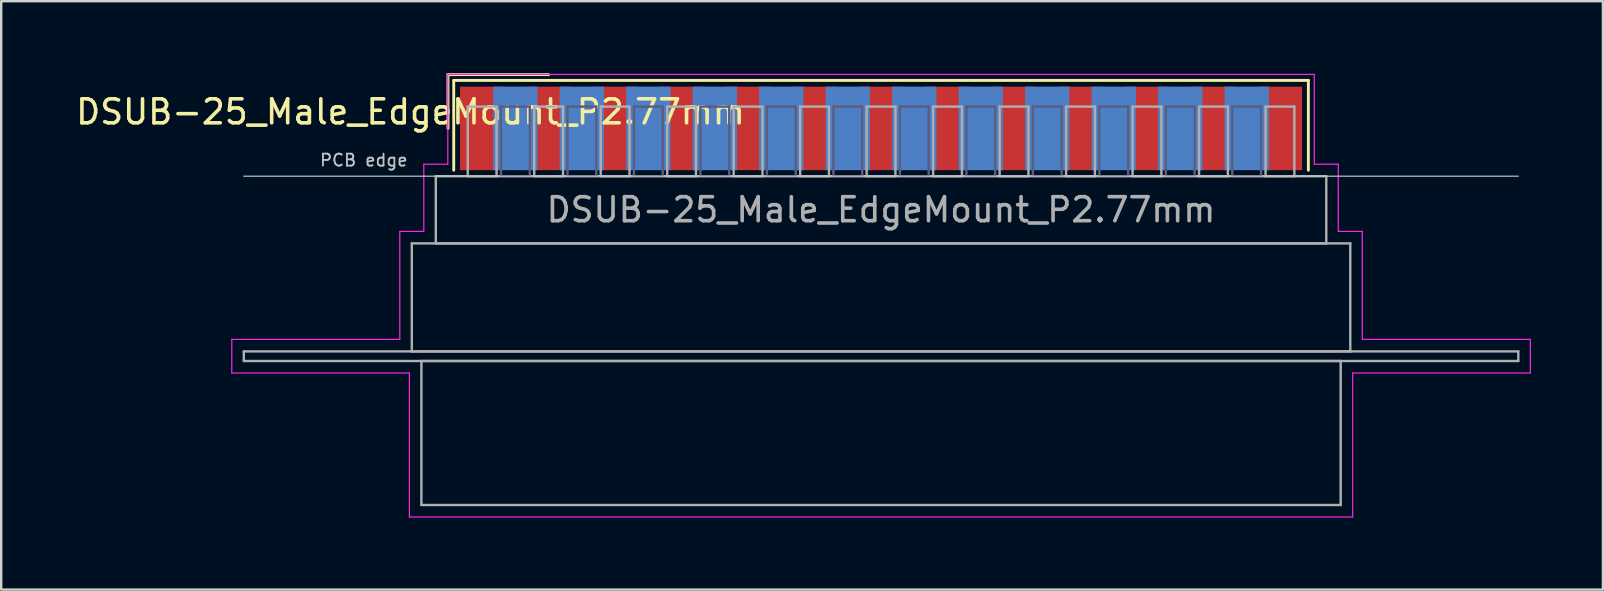
<source format=kicad_pcb>
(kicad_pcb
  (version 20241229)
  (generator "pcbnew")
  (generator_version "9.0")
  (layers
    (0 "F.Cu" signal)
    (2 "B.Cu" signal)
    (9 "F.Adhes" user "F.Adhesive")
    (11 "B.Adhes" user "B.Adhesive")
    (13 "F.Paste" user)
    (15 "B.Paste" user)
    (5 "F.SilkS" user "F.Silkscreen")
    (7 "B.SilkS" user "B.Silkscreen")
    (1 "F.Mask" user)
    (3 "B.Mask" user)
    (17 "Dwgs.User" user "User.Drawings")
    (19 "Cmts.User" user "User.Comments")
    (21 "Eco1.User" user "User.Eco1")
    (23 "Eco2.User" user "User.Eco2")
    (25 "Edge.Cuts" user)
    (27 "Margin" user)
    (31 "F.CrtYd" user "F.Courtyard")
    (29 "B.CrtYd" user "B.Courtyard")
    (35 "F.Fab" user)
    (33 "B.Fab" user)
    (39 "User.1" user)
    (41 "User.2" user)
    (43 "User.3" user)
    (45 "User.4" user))
  (footprint "DSUB-25_Male_EdgeMount_P2.77mm"
    (layer "F.Cu")
    (at 33.657 2.3)
    (property "Reference" "DSUB-25_Male_EdgeMount_P2.77mm" (at -19.603 -0.688 180) (layer "F.SilkS") (effects (font (size 1 1) (thickness 0.15))))
    (attr smd)
    (fp_line (start -18.043 -2.24) (end -13.85 -2.24) (stroke (width 0.12) (type solid)) (layer "F.SilkS"))
    (fp_line (start -18.043 0) (end -18.043 -2.24) (stroke (width 0.12) (type solid)) (layer "F.SilkS"))
    (fp_line (start -17.803 -2) (end -17.803 1.74) (stroke (width 0.12) (type solid)) (layer "F.SilkS"))
    (fp_line (start 17.803 -2) (end -17.803 -2) (stroke (width 0.12) (type solid)) (layer "F.SilkS"))
    (fp_line (start 17.803 1.74) (end 17.803 -2) (stroke (width 0.12) (type solid)) (layer "F.SilkS"))
    (fp_line (start -26.55 1.99) (end 26.55 1.99) (stroke (width 0.05) (type solid)) (layer "Dwgs.User"))
    (fp_line (start -27.05 8.79) (end -20.05 8.79) (stroke (width 0.05) (type solid)) (layer "F.CrtYd"))
    (fp_line (start -27.05 10.19) (end -27.05 8.79) (stroke (width 0.05) (type solid)) (layer "F.CrtYd"))
    (fp_line (start -20.05 4.29) (end -19.05 4.29) (stroke (width 0.05) (type solid)) (layer "F.CrtYd"))
    (fp_line (start -20.05 8.79) (end -20.05 4.29) (stroke (width 0.05) (type solid)) (layer "F.CrtYd"))
    (fp_line (start -19.65 10.19) (end -27.05 10.19) (stroke (width 0.05) (type solid)) (layer "F.CrtYd"))
    (fp_line (start -19.65 16.19) (end -19.65 10.19) (stroke (width 0.05) (type solid)) (layer "F.CrtYd"))
    (fp_line (start -19.05 1.49) (end -18.05 1.49) (stroke (width 0.05) (type solid)) (layer "F.CrtYd"))
    (fp_line (start -19.05 4.29) (end -19.05 1.49) (stroke (width 0.05) (type solid)) (layer "F.CrtYd"))
    (fp_line (start -18.05 -2.25) (end 18.05 -2.25) (stroke (width 0.05) (type solid)) (layer "F.CrtYd"))
    (fp_line (start -18.05 1.49) (end -18.05 -2.25) (stroke (width 0.05) (type solid)) (layer "F.CrtYd"))
    (fp_line (start 18.05 -2.25) (end 18.05 1.49) (stroke (width 0.05) (type solid)) (layer "F.CrtYd"))
    (fp_line (start 18.05 1.49) (end 19.05 1.49) (stroke (width 0.05) (type solid)) (layer "F.CrtYd"))
    (fp_line (start 19.05 1.49) (end 19.05 4.29) (stroke (width 0.05) (type solid)) (layer "F.CrtYd"))
    (fp_line (start 19.05 4.29) (end 20.05 4.29) (stroke (width 0.05) (type solid)) (layer "F.CrtYd"))
    (fp_line (start 19.65 10.19) (end 19.65 16.19) (stroke (width 0.05) (type solid)) (layer "F.CrtYd"))
    (fp_line (start 19.65 16.19) (end -19.65 16.19) (stroke (width 0.05) (type solid)) (layer "F.CrtYd"))
    (fp_line (start 20.05 4.29) (end 20.05 8.79) (stroke (width 0.05) (type solid)) (layer "F.CrtYd"))
    (fp_line (start 20.05 8.79) (end 27.05 8.79) (stroke (width 0.05) (type solid)) (layer "F.CrtYd"))
    (fp_line (start 27.05 8.79) (end 27.05 10.19) (stroke (width 0.05) (type solid)) (layer "F.CrtYd"))
    (fp_line (start 27.05 10.19) (end 19.65 10.19) (stroke (width 0.05) (type solid)) (layer "F.CrtYd"))
    (fp_line (start -15.835 -0.91) (end -15.835 1.99) (stroke (width 0.1) (type solid)) (layer "B.Fab"))
    (fp_line (start -15.835 1.99) (end -14.635 1.99) (stroke (width 0.1) (type solid)) (layer "B.Fab"))
    (fp_line (start -14.635 -0.91) (end -15.835 -0.91) (stroke (width 0.1) (type solid)) (layer "B.Fab"))
    (fp_line (start -14.635 1.99) (end -14.635 -0.91) (stroke (width 0.1) (type solid)) (layer "B.Fab"))
    (fp_line (start -13.065 -0.91) (end -13.065 1.99) (stroke (width 0.1) (type solid)) (layer "B.Fab"))
    (fp_line (start -13.065 1.99) (end -11.865 1.99) (stroke (width 0.1) (type solid)) (layer "B.Fab"))
    (fp_line (start -11.865 -0.91) (end -13.065 -0.91) (stroke (width 0.1) (type solid)) (layer "B.Fab"))
    (fp_line (start -11.865 1.99) (end -11.865 -0.91) (stroke (width 0.1) (type solid)) (layer "B.Fab"))
    (fp_line (start -10.295 -0.91) (end -10.295 1.99) (stroke (width 0.1) (type solid)) (layer "B.Fab"))
    (fp_line (start -10.295 1.99) (end -9.095 1.99) (stroke (width 0.1) (type solid)) (layer "B.Fab"))
    (fp_line (start -9.095 -0.91) (end -10.295 -0.91) (stroke (width 0.1) (type solid)) (layer "B.Fab"))
    (fp_line (start -9.095 1.99) (end -9.095 -0.91) (stroke (width 0.1) (type solid)) (layer "B.Fab"))
    (fp_line (start -7.525 -0.91) (end -7.525 1.99) (stroke (width 0.1) (type solid)) (layer "B.Fab"))
    (fp_line (start -7.525 1.99) (end -6.325 1.99) (stroke (width 0.1) (type solid)) (layer "B.Fab"))
    (fp_line (start -6.325 -0.91) (end -7.525 -0.91) (stroke (width 0.1) (type solid)) (layer "B.Fab"))
    (fp_line (start -6.325 1.99) (end -6.325 -0.91) (stroke (width 0.1) (type solid)) (layer "B.Fab"))
    (fp_line (start -4.755 -0.91) (end -4.755 1.99) (stroke (width 0.1) (type solid)) (layer "B.Fab"))
    (fp_line (start -4.755 1.99) (end -3.555 1.99) (stroke (width 0.1) (type solid)) (layer "B.Fab"))
    (fp_line (start -3.555 -0.91) (end -4.755 -0.91) (stroke (width 0.1) (type solid)) (layer "B.Fab"))
    (fp_line (start -3.555 1.99) (end -3.555 -0.91) (stroke (width 0.1) (type solid)) (layer "B.Fab"))
    (fp_line (start -1.985 -0.91) (end -1.985 1.99) (stroke (width 0.1) (type solid)) (layer "B.Fab"))
    (fp_line (start -1.985 1.99) (end -0.785 1.99) (stroke (width 0.1) (type solid)) (layer "B.Fab"))
    (fp_line (start -0.785 -0.91) (end -1.985 -0.91) (stroke (width 0.1) (type solid)) (layer "B.Fab"))
    (fp_line (start -0.785 1.99) (end -0.785 -0.91) (stroke (width 0.1) (type solid)) (layer "B.Fab"))
    (fp_line (start 0.785 -0.91) (end 0.785 1.99) (stroke (width 0.1) (type solid)) (layer "B.Fab"))
    (fp_line (start 0.785 1.99) (end 1.985 1.99) (stroke (width 0.1) (type solid)) (layer "B.Fab"))
    (fp_line (start 1.985 -0.91) (end 0.785 -0.91) (stroke (width 0.1) (type solid)) (layer "B.Fab"))
    (fp_line (start 1.985 1.99) (end 1.985 -0.91) (stroke (width 0.1) (type solid)) (layer "B.Fab"))
    (fp_line (start 3.555 -0.91) (end 3.555 1.99) (stroke (width 0.1) (type solid)) (layer "B.Fab"))
    (fp_line (start 3.555 1.99) (end 4.755 1.99) (stroke (width 0.1) (type solid)) (layer "B.Fab"))
    (fp_line (start 4.755 -0.91) (end 3.555 -0.91) (stroke (width 0.1) (type solid)) (layer "B.Fab"))
    (fp_line (start 4.755 1.99) (end 4.755 -0.91) (stroke (width 0.1) (type solid)) (layer "B.Fab"))
    (fp_line (start 6.325 -0.91) (end 6.325 1.99) (stroke (width 0.1) (type solid)) (layer "B.Fab"))
    (fp_line (start 6.325 1.99) (end 7.525 1.99) (stroke (width 0.1) (type solid)) (layer "B.Fab"))
    (fp_line (start 7.525 -0.91) (end 6.325 -0.91) (stroke (width 0.1) (type solid)) (layer "B.Fab"))
    (fp_line (start 7.525 1.99) (end 7.525 -0.91) (stroke (width 0.1) (type solid)) (layer "B.Fab"))
    (fp_line (start 9.095 -0.91) (end 9.095 1.99) (stroke (width 0.1) (type solid)) (layer "B.Fab"))
    (fp_line (start 9.095 1.99) (end 10.295 1.99) (stroke (width 0.1) (type solid)) (layer "B.Fab"))
    (fp_line (start 10.295 -0.91) (end 9.095 -0.91) (stroke (width 0.1) (type solid)) (layer "B.Fab"))
    (fp_line (start 10.295 1.99) (end 10.295 -0.91) (stroke (width 0.1) (type solid)) (layer "B.Fab"))
    (fp_line (start 11.865 -0.91) (end 11.865 1.99) (stroke (width 0.1) (type solid)) (layer "B.Fab"))
    (fp_line (start 11.865 1.99) (end 13.065 1.99) (stroke (width 0.1) (type solid)) (layer "B.Fab"))
    (fp_line (start 13.065 -0.91) (end 11.865 -0.91) (stroke (width 0.1) (type solid)) (layer "B.Fab"))
    (fp_line (start 13.065 1.99) (end 13.065 -0.91) (stroke (width 0.1) (type solid)) (layer "B.Fab"))
    (fp_line (start 14.635 -0.91) (end 14.635 1.99) (stroke (width 0.1) (type solid)) (layer "B.Fab"))
    (fp_line (start 14.635 1.99) (end 15.835 1.99) (stroke (width 0.1) (type solid)) (layer "B.Fab"))
    (fp_line (start 15.835 -0.91) (end 14.635 -0.91) (stroke (width 0.1) (type solid)) (layer "B.Fab"))
    (fp_line (start 15.835 1.99) (end 15.835 -0.91) (stroke (width 0.1) (type solid)) (layer "B.Fab"))
    (fp_line (start -26.55 9.29) (end -26.55 9.69) (stroke (width 0.1) (type solid)) (layer "F.Fab"))
    (fp_line (start -26.55 9.69) (end 26.55 9.69) (stroke (width 0.1) (type solid)) (layer "F.Fab"))
    (fp_line (start -19.55 4.79) (end -19.55 9.29) (stroke (width 0.1) (type solid)) (layer "F.Fab"))
    (fp_line (start -19.55 9.29) (end 19.55 9.29) (stroke (width 0.1) (type solid)) (layer "F.Fab"))
    (fp_line (start -19.15 9.69) (end -19.15 15.69) (stroke (width 0.1) (type solid)) (layer "F.Fab"))
    (fp_line (start -19.15 15.69) (end 19.15 15.69) (stroke (width 0.1) (type solid)) (layer "F.Fab"))
    (fp_line (start -18.55 1.99) (end -18.55 4.79) (stroke (width 0.1) (type solid)) (layer "F.Fab"))
    (fp_line (start -18.55 4.79) (end 18.55 4.79) (stroke (width 0.1) (type solid)) (layer "F.Fab"))
    (fp_line (start -17.22 -0.91) (end -17.22 1.99) (stroke (width 0.1) (type solid)) (layer "F.Fab"))
    (fp_line (start -17.22 1.99) (end -16.02 1.99) (stroke (width 0.1) (type solid)) (layer "F.Fab"))
    (fp_line (start -16.02 -0.91) (end -17.22 -0.91) (stroke (width 0.1) (type solid)) (layer "F.Fab"))
    (fp_line (start -16.02 1.99) (end -16.02 -0.91) (stroke (width 0.1) (type solid)) (layer "F.Fab"))
    (fp_line (start -14.45 -0.91) (end -14.45 1.99) (stroke (width 0.1) (type solid)) (layer "F.Fab"))
    (fp_line (start -14.45 1.99) (end -13.25 1.99) (stroke (width 0.1) (type solid)) (layer "F.Fab"))
    (fp_line (start -13.25 -0.91) (end -14.45 -0.91) (stroke (width 0.1) (type solid)) (layer "F.Fab"))
    (fp_line (start -13.25 1.99) (end -13.25 -0.91) (stroke (width 0.1) (type solid)) (layer "F.Fab"))
    (fp_line (start -11.68 -0.91) (end -11.68 1.99) (stroke (width 0.1) (type solid)) (layer "F.Fab"))
    (fp_line (start -11.68 1.99) (end -10.48 1.99) (stroke (width 0.1) (type solid)) (layer "F.Fab"))
    (fp_line (start -10.48 -0.91) (end -11.68 -0.91) (stroke (width 0.1) (type solid)) (layer "F.Fab"))
    (fp_line (start -10.48 1.99) (end -10.48 -0.91) (stroke (width 0.1) (type solid)) (layer "F.Fab"))
    (fp_line (start -8.91 -0.91) (end -8.91 1.99) (stroke (width 0.1) (type solid)) (layer "F.Fab"))
    (fp_line (start -8.91 1.99) (end -7.71 1.99) (stroke (width 0.1) (type solid)) (layer "F.Fab"))
    (fp_line (start -7.71 -0.91) (end -8.91 -0.91) (stroke (width 0.1) (type solid)) (layer "F.Fab"))
    (fp_line (start -7.71 1.99) (end -7.71 -0.91) (stroke (width 0.1) (type solid)) (layer "F.Fab"))
    (fp_line (start -6.14 -0.91) (end -6.14 1.99) (stroke (width 0.1) (type solid)) (layer "F.Fab"))
    (fp_line (start -6.14 1.99) (end -4.94 1.99) (stroke (width 0.1) (type solid)) (layer "F.Fab"))
    (fp_line (start -4.94 -0.91) (end -6.14 -0.91) (stroke (width 0.1) (type solid)) (layer "F.Fab"))
    (fp_line (start -4.94 1.99) (end -4.94 -0.91) (stroke (width 0.1) (type solid)) (layer "F.Fab"))
    (fp_line (start -3.37 -0.91) (end -3.37 1.99) (stroke (width 0.1) (type solid)) (layer "F.Fab"))
    (fp_line (start -3.37 1.99) (end -2.17 1.99) (stroke (width 0.1) (type solid)) (layer "F.Fab"))
    (fp_line (start -2.17 -0.91) (end -3.37 -0.91) (stroke (width 0.1) (type solid)) (layer "F.Fab"))
    (fp_line (start -2.17 1.99) (end -2.17 -0.91) (stroke (width 0.1) (type solid)) (layer "F.Fab"))
    (fp_line (start -0.6 -0.91) (end -0.6 1.99) (stroke (width 0.1) (type solid)) (layer "F.Fab"))
    (fp_line (start -0.6 1.99) (end 0.6 1.99) (stroke (width 0.1) (type solid)) (layer "F.Fab"))
    (fp_line (start 0.6 -0.91) (end -0.6 -0.91) (stroke (width 0.1) (type solid)) (layer "F.Fab"))
    (fp_line (start 0.6 1.99) (end 0.6 -0.91) (stroke (width 0.1) (type solid)) (layer "F.Fab"))
    (fp_line (start 2.17 -0.91) (end 2.17 1.99) (stroke (width 0.1) (type solid)) (layer "F.Fab"))
    (fp_line (start 2.17 1.99) (end 3.37 1.99) (stroke (width 0.1) (type solid)) (layer "F.Fab"))
    (fp_line (start 3.37 -0.91) (end 2.17 -0.91) (stroke (width 0.1) (type solid)) (layer "F.Fab"))
    (fp_line (start 3.37 1.99) (end 3.37 -0.91) (stroke (width 0.1) (type solid)) (layer "F.Fab"))
    (fp_line (start 4.94 -0.91) (end 4.94 1.99) (stroke (width 0.1) (type solid)) (layer "F.Fab"))
    (fp_line (start 4.94 1.99) (end 6.14 1.99) (stroke (width 0.1) (type solid)) (layer "F.Fab"))
    (fp_line (start 6.14 -0.91) (end 4.94 -0.91) (stroke (width 0.1) (type solid)) (layer "F.Fab"))
    (fp_line (start 6.14 1.99) (end 6.14 -0.91) (stroke (width 0.1) (type solid)) (layer "F.Fab"))
    (fp_line (start 7.71 -0.91) (end 7.71 1.99) (stroke (width 0.1) (type solid)) (layer "F.Fab"))
    (fp_line (start 7.71 1.99) (end 8.91 1.99) (stroke (width 0.1) (type solid)) (layer "F.Fab"))
    (fp_line (start 8.91 -0.91) (end 7.71 -0.91) (stroke (width 0.1) (type solid)) (layer "F.Fab"))
    (fp_line (start 8.91 1.99) (end 8.91 -0.91) (stroke (width 0.1) (type solid)) (layer "F.Fab"))
    (fp_line (start 10.48 -0.91) (end 10.48 1.99) (stroke (width 0.1) (type solid)) (layer "F.Fab"))
    (fp_line (start 10.48 1.99) (end 11.68 1.99) (stroke (width 0.1) (type solid)) (layer "F.Fab"))
    (fp_line (start 11.68 -0.91) (end 10.48 -0.91) (stroke (width 0.1) (type solid)) (layer "F.Fab"))
    (fp_line (start 11.68 1.99) (end 11.68 -0.91) (stroke (width 0.1) (type solid)) (layer "F.Fab"))
    (fp_line (start 13.25 -0.91) (end 13.25 1.99) (stroke (width 0.1) (type solid)) (layer "F.Fab"))
    (fp_line (start 13.25 1.99) (end 14.45 1.99) (stroke (width 0.1) (type solid)) (layer "F.Fab"))
    (fp_line (start 14.45 -0.91) (end 13.25 -0.91) (stroke (width 0.1) (type solid)) (layer "F.Fab"))
    (fp_line (start 14.45 1.99) (end 14.45 -0.91) (stroke (width 0.1) (type solid)) (layer "F.Fab"))
    (fp_line (start 16.02 -0.91) (end 16.02 1.99) (stroke (width 0.1) (type solid)) (layer "F.Fab"))
    (fp_line (start 16.02 1.99) (end 17.22 1.99) (stroke (width 0.1) (type solid)) (layer "F.Fab"))
    (fp_line (start 17.22 -0.91) (end 16.02 -0.91) (stroke (width 0.1) (type solid)) (layer "F.Fab"))
    (fp_line (start 17.22 1.99) (end 17.22 -0.91) (stroke (width 0.1) (type solid)) (layer "F.Fab"))
    (fp_line (start 18.55 1.99) (end -18.55 1.99) (stroke (width 0.1) (type solid)) (layer "F.Fab"))
    (fp_line (start 18.55 4.79) (end 18.55 1.99) (stroke (width 0.1) (type solid)) (layer "F.Fab"))
    (fp_line (start 19.15 9.69) (end -19.15 9.69) (stroke (width 0.1) (type solid)) (layer "F.Fab"))
    (fp_line (start 19.15 15.69) (end 19.15 9.69) (stroke (width 0.1) (type solid)) (layer "F.Fab"))
    (fp_line (start 19.55 4.79) (end -19.55 4.79) (stroke (width 0.1) (type solid)) (layer "F.Fab"))
    (fp_line (start 19.55 9.29) (end 19.55 4.79) (stroke (width 0.1) (type solid)) (layer "F.Fab"))
    (fp_line (start 26.55 9.29) (end -26.55 9.29) (stroke (width 0.1) (type solid)) (layer "F.Fab"))
    (fp_line (start 26.55 9.69) (end 26.55 9.29) (stroke (width 0.1) (type solid)) (layer "F.Fab"))
    (fp_text user "PCB edge" (at -21.55 1.323 180) (layer "Dwgs.User") (effects (font (size 0.5 0.5) (thickness 0.075))))
    (fp_text user "${REFERENCE}" (at 0 3.39 180) (layer "F.Fab") (effects (font (size 1 1) (thickness 0.15))))
    (pad "1" smd rect (at -16.62 0) (size 1.847 3.48) (layers "F.Cu" "F.Mask" "F.Paste"))
    (pad "2" smd rect (at -13.85 0) (size 1.847 3.48) (layers "F.Cu" "F.Mask" "F.Paste"))
    (pad "3" smd rect (at -11.08 0) (size 1.847 3.48) (layers "F.Cu" "F.Mask" "F.Paste"))
    (pad "4" smd rect (at -8.31 0) (size 1.847 3.48) (layers "F.Cu" "F.Mask" "F.Paste"))
    (pad "5" smd rect (at -5.54 0) (size 1.847 3.48) (layers "F.Cu" "F.Mask" "F.Paste"))
    (pad "6" smd rect (at -2.77 0) (size 1.847 3.48) (layers "F.Cu" "F.Mask" "F.Paste"))
    (pad "7" smd rect (at 0 0) (size 1.847 3.48) (layers "F.Cu" "F.Mask" "F.Paste"))
    (pad "8" smd rect (at 2.77 0) (size 1.847 3.48) (layers "F.Cu" "F.Mask" "F.Paste"))
    (pad "9" smd rect (at 5.54 0) (size 1.847 3.48) (layers "F.Cu" "F.Mask" "F.Paste"))
    (pad "10" smd rect (at 8.31 0) (size 1.847 3.48) (layers "F.Cu" "F.Mask" "F.Paste"))
    (pad "11" smd rect (at 11.08 0) (size 1.847 3.48) (layers "F.Cu" "F.Mask" "F.Paste"))
    (pad "12" smd rect (at 13.85 0) (size 1.847 3.48) (layers "F.Cu" "F.Mask" "F.Paste"))
    (pad "13" smd rect (at 16.62 0) (size 1.847 3.48) (layers "F.Cu" "F.Mask" "F.Paste"))
    (pad "14" smd rect (at -15.235 0) (size 1.847 3.48) (layers "B.Cu" "B.Mask" "B.Paste"))
    (pad "15" smd rect (at -12.465 0) (size 1.847 3.48) (layers "B.Cu" "B.Mask" "B.Paste"))
    (pad "16" smd rect (at -9.695 0) (size 1.847 3.48) (layers "B.Cu" "B.Mask" "B.Paste"))
    (pad "17" smd rect (at -6.925 0) (size 1.847 3.48) (layers "B.Cu" "B.Mask" "B.Paste"))
    (pad "18" smd rect (at -4.155 0) (size 1.847 3.48) (layers "B.Cu" "B.Mask" "B.Paste"))
    (pad "19" smd rect (at -1.385 0) (size 1.847 3.48) (layers "B.Cu" "B.Mask" "B.Paste"))
    (pad "20" smd rect (at 1.385 0) (size 1.847 3.48) (layers "B.Cu" "B.Mask" "B.Paste"))
    (pad "21" smd rect (at 4.155 0) (size 1.847 3.48) (layers "B.Cu" "B.Mask" "B.Paste"))
    (pad "22" smd rect (at 6.925 0) (size 1.847 3.48) (layers "B.Cu" "B.Mask" "B.Paste"))
    (pad "23" smd rect (at 9.695 0) (size 1.847 3.48) (layers "B.Cu" "B.Mask" "B.Paste"))
    (pad "24" smd rect (at 12.465 0) (size 1.847 3.48) (layers "B.Cu" "B.Mask" "B.Paste"))
    (pad "25" smd rect (at 15.235 0) (size 1.847 3.48) (layers "B.Cu" "B.Mask" "B.Paste")))
  (gr_rect
    (start -3 -3)
    (end 63.732 21.515)
    (stroke (width 0.1) (type default))
    (fill no)
    (layer "Edge.Cuts")))
</source>
